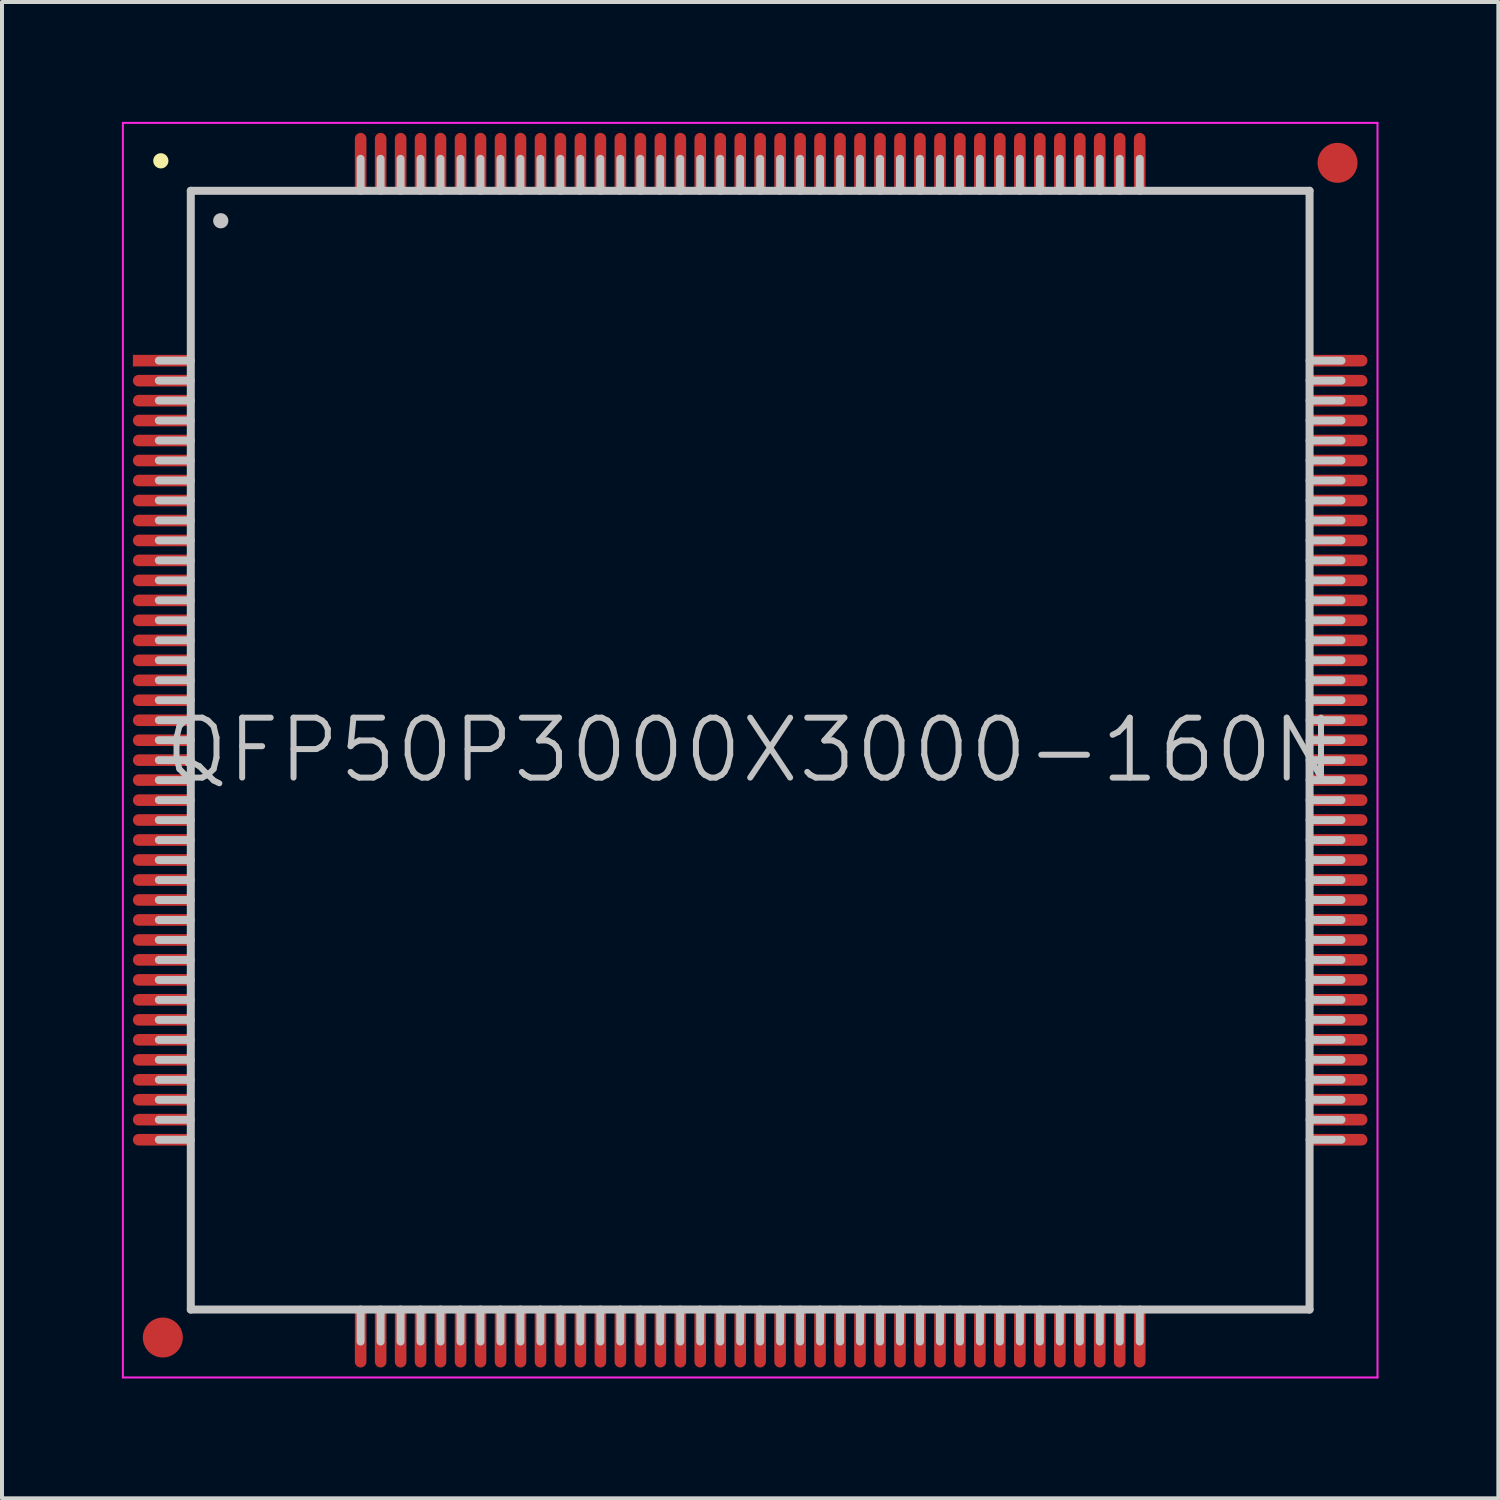
<source format=kicad_pcb>
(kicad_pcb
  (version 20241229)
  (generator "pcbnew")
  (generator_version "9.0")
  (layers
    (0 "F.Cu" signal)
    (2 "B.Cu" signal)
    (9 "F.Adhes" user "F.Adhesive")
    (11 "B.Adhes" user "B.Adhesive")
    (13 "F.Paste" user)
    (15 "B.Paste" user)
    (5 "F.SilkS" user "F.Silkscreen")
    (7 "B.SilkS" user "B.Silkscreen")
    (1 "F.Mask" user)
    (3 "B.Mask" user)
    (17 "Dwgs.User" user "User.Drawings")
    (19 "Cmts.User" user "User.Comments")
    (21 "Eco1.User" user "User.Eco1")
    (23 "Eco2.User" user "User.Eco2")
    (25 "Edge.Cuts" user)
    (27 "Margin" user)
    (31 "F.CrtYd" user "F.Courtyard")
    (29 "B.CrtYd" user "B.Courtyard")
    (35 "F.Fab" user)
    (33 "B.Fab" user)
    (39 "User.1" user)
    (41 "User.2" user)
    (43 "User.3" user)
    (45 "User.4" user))
  (footprint "QFP50P3000X3000-160N"
    (layer "F.Cu")
    (at 15.725 15.725)
    (property "Reference" "QFP50P3000X3000-160N" (at 0 0 0) (layer "Dwgs.User") (effects (font (size 1.5 1.5) (thickness 0.15))))
    (attr smd)
    (fp_line (start -14.75 -14.75) (end -14.75 -14.75) (stroke (width 0.381) (type solid)) (layer "F.SilkS"))
    (fp_line (start -14 -14) (end -14 14) (stroke (width 0.2) (type solid)) (layer "Dwgs.User"))
    (fp_line (start -14 -14) (end 14 -14) (stroke (width 0.2) (type solid)) (layer "Dwgs.User"))
    (fp_line (start -14 -9.75) (end -14.8 -9.75) (stroke (width 0.2) (type solid)) (layer "Dwgs.User"))
    (fp_line (start -14 -9.25) (end -14.8 -9.25) (stroke (width 0.2) (type solid)) (layer "Dwgs.User"))
    (fp_line (start -14 -8.75) (end -14.8 -8.75) (stroke (width 0.2) (type solid)) (layer "Dwgs.User"))
    (fp_line (start -14 -8.25) (end -14.8 -8.25) (stroke (width 0.2) (type solid)) (layer "Dwgs.User"))
    (fp_line (start -14 -7.75) (end -14.8 -7.75) (stroke (width 0.2) (type solid)) (layer "Dwgs.User"))
    (fp_line (start -14 -7.25) (end -14.8 -7.25) (stroke (width 0.2) (type solid)) (layer "Dwgs.User"))
    (fp_line (start -14 -6.75) (end -14.8 -6.75) (stroke (width 0.2) (type solid)) (layer "Dwgs.User"))
    (fp_line (start -14 -6.25) (end -14.8 -6.25) (stroke (width 0.2) (type solid)) (layer "Dwgs.User"))
    (fp_line (start -14 -5.75) (end -14.8 -5.75) (stroke (width 0.2) (type solid)) (layer "Dwgs.User"))
    (fp_line (start -14 -5.25) (end -14.8 -5.25) (stroke (width 0.2) (type solid)) (layer "Dwgs.User"))
    (fp_line (start -14 -4.75) (end -14.8 -4.75) (stroke (width 0.2) (type solid)) (layer "Dwgs.User"))
    (fp_line (start -14 -4.25) (end -14.8 -4.25) (stroke (width 0.2) (type solid)) (layer "Dwgs.User"))
    (fp_line (start -14 -3.75) (end -14.8 -3.75) (stroke (width 0.2) (type solid)) (layer "Dwgs.User"))
    (fp_line (start -14 -3.25) (end -14.8 -3.25) (stroke (width 0.2) (type solid)) (layer "Dwgs.User"))
    (fp_line (start -14 -2.75) (end -14.8 -2.75) (stroke (width 0.2) (type solid)) (layer "Dwgs.User"))
    (fp_line (start -14 -2.25) (end -14.8 -2.25) (stroke (width 0.2) (type solid)) (layer "Dwgs.User"))
    (fp_line (start -14 -1.75) (end -14.8 -1.75) (stroke (width 0.2) (type solid)) (layer "Dwgs.User"))
    (fp_line (start -14 -1.25) (end -14.8 -1.25) (stroke (width 0.2) (type solid)) (layer "Dwgs.User"))
    (fp_line (start -14 -0.75) (end -14.8 -0.75) (stroke (width 0.2) (type solid)) (layer "Dwgs.User"))
    (fp_line (start -14 -0.25) (end -14.8 -0.25) (stroke (width 0.2) (type solid)) (layer "Dwgs.User"))
    (fp_line (start -14 0.25) (end -14.8 0.25) (stroke (width 0.2) (type solid)) (layer "Dwgs.User"))
    (fp_line (start -14 0.75) (end -14.8 0.75) (stroke (width 0.2) (type solid)) (layer "Dwgs.User"))
    (fp_line (start -14 1.25) (end -14.8 1.25) (stroke (width 0.2) (type solid)) (layer "Dwgs.User"))
    (fp_line (start -14 1.75) (end -14.8 1.75) (stroke (width 0.2) (type solid)) (layer "Dwgs.User"))
    (fp_line (start -14 2.25) (end -14.8 2.25) (stroke (width 0.2) (type solid)) (layer "Dwgs.User"))
    (fp_line (start -14 2.75) (end -14.8 2.75) (stroke (width 0.2) (type solid)) (layer "Dwgs.User"))
    (fp_line (start -14 3.25) (end -14.8 3.25) (stroke (width 0.2) (type solid)) (layer "Dwgs.User"))
    (fp_line (start -14 3.75) (end -14.8 3.75) (stroke (width 0.2) (type solid)) (layer "Dwgs.User"))
    (fp_line (start -14 4.25) (end -14.8 4.25) (stroke (width 0.2) (type solid)) (layer "Dwgs.User"))
    (fp_line (start -14 4.75) (end -14.8 4.75) (stroke (width 0.2) (type solid)) (layer "Dwgs.User"))
    (fp_line (start -14 5.25) (end -14.8 5.25) (stroke (width 0.2) (type solid)) (layer "Dwgs.User"))
    (fp_line (start -14 5.75) (end -14.8 5.75) (stroke (width 0.2) (type solid)) (layer "Dwgs.User"))
    (fp_line (start -14 6.25) (end -14.8 6.25) (stroke (width 0.2) (type solid)) (layer "Dwgs.User"))
    (fp_line (start -14 6.75) (end -14.8 6.75) (stroke (width 0.2) (type solid)) (layer "Dwgs.User"))
    (fp_line (start -14 7.25) (end -14.8 7.25) (stroke (width 0.2) (type solid)) (layer "Dwgs.User"))
    (fp_line (start -14 7.75) (end -14.8 7.75) (stroke (width 0.2) (type solid)) (layer "Dwgs.User"))
    (fp_line (start -14 8.25) (end -14.8 8.25) (stroke (width 0.2) (type solid)) (layer "Dwgs.User"))
    (fp_line (start -14 8.75) (end -14.8 8.75) (stroke (width 0.2) (type solid)) (layer "Dwgs.User"))
    (fp_line (start -14 9.25) (end -14.8 9.25) (stroke (width 0.2) (type solid)) (layer "Dwgs.User"))
    (fp_line (start -14 9.75) (end -14.8 9.75) (stroke (width 0.2) (type solid)) (layer "Dwgs.User"))
    (fp_line (start -14 14) (end 14 14) (stroke (width 0.2) (type solid)) (layer "Dwgs.User"))
    (fp_line (start -13.25 -13.25) (end -13.25 -13.25) (stroke (width 0.381) (type solid)) (layer "Dwgs.User"))
    (fp_line (start -9.75 -14) (end -9.75 -14.8) (stroke (width 0.2) (type solid)) (layer "Dwgs.User"))
    (fp_line (start -9.75 14.8) (end -9.75 14) (stroke (width 0.2) (type solid)) (layer "Dwgs.User"))
    (fp_line (start -9.25 -14) (end -9.25 -14.8) (stroke (width 0.2) (type solid)) (layer "Dwgs.User"))
    (fp_line (start -9.25 14.8) (end -9.25 14) (stroke (width 0.2) (type solid)) (layer "Dwgs.User"))
    (fp_line (start -8.75 -14) (end -8.75 -14.8) (stroke (width 0.2) (type solid)) (layer "Dwgs.User"))
    (fp_line (start -8.75 14.8) (end -8.75 14) (stroke (width 0.2) (type solid)) (layer "Dwgs.User"))
    (fp_line (start -8.25 -14) (end -8.25 -14.8) (stroke (width 0.2) (type solid)) (layer "Dwgs.User"))
    (fp_line (start -8.25 14.8) (end -8.25 14) (stroke (width 0.2) (type solid)) (layer "Dwgs.User"))
    (fp_line (start -7.75 -14) (end -7.75 -14.8) (stroke (width 0.2) (type solid)) (layer "Dwgs.User"))
    (fp_line (start -7.75 14.8) (end -7.75 14) (stroke (width 0.2) (type solid)) (layer "Dwgs.User"))
    (fp_line (start -7.25 -14) (end -7.25 -14.8) (stroke (width 0.2) (type solid)) (layer "Dwgs.User"))
    (fp_line (start -7.25 14.8) (end -7.25 14) (stroke (width 0.2) (type solid)) (layer "Dwgs.User"))
    (fp_line (start -6.75 -14) (end -6.75 -14.8) (stroke (width 0.2) (type solid)) (layer "Dwgs.User"))
    (fp_line (start -6.75 14.8) (end -6.75 14) (stroke (width 0.2) (type solid)) (layer "Dwgs.User"))
    (fp_line (start -6.25 -14) (end -6.25 -14.8) (stroke (width 0.2) (type solid)) (layer "Dwgs.User"))
    (fp_line (start -6.25 14.8) (end -6.25 14) (stroke (width 0.2) (type solid)) (layer "Dwgs.User"))
    (fp_line (start -5.75 -14) (end -5.75 -14.8) (stroke (width 0.2) (type solid)) (layer "Dwgs.User"))
    (fp_line (start -5.75 14.8) (end -5.75 14) (stroke (width 0.2) (type solid)) (layer "Dwgs.User"))
    (fp_line (start -5.25 -14) (end -5.25 -14.8) (stroke (width 0.2) (type solid)) (layer "Dwgs.User"))
    (fp_line (start -5.25 14.8) (end -5.25 14) (stroke (width 0.2) (type solid)) (layer "Dwgs.User"))
    (fp_line (start -4.75 -14) (end -4.75 -14.8) (stroke (width 0.2) (type solid)) (layer "Dwgs.User"))
    (fp_line (start -4.75 14.8) (end -4.75 14) (stroke (width 0.2) (type solid)) (layer "Dwgs.User"))
    (fp_line (start -4.25 -14) (end -4.25 -14.8) (stroke (width 0.2) (type solid)) (layer "Dwgs.User"))
    (fp_line (start -4.25 14.8) (end -4.25 14) (stroke (width 0.2) (type solid)) (layer "Dwgs.User"))
    (fp_line (start -3.75 -14) (end -3.75 -14.8) (stroke (width 0.2) (type solid)) (layer "Dwgs.User"))
    (fp_line (start -3.75 14.8) (end -3.75 14) (stroke (width 0.2) (type solid)) (layer "Dwgs.User"))
    (fp_line (start -3.25 -14) (end -3.25 -14.8) (stroke (width 0.2) (type solid)) (layer "Dwgs.User"))
    (fp_line (start -3.25 14.8) (end -3.25 14) (stroke (width 0.2) (type solid)) (layer "Dwgs.User"))
    (fp_line (start -2.75 -14) (end -2.75 -14.8) (stroke (width 0.2) (type solid)) (layer "Dwgs.User"))
    (fp_line (start -2.75 14.8) (end -2.75 14) (stroke (width 0.2) (type solid)) (layer "Dwgs.User"))
    (fp_line (start -2.25 -14) (end -2.25 -14.8) (stroke (width 0.2) (type solid)) (layer "Dwgs.User"))
    (fp_line (start -2.25 14.8) (end -2.25 14) (stroke (width 0.2) (type solid)) (layer "Dwgs.User"))
    (fp_line (start -1.75 -14) (end -1.75 -14.8) (stroke (width 0.2) (type solid)) (layer "Dwgs.User"))
    (fp_line (start -1.75 14.8) (end -1.75 14) (stroke (width 0.2) (type solid)) (layer "Dwgs.User"))
    (fp_line (start -1.25 -14) (end -1.25 -14.8) (stroke (width 0.2) (type solid)) (layer "Dwgs.User"))
    (fp_line (start -1.25 14.8) (end -1.25 14) (stroke (width 0.2) (type solid)) (layer "Dwgs.User"))
    (fp_line (start -0.75 -14) (end -0.75 -14.8) (stroke (width 0.2) (type solid)) (layer "Dwgs.User"))
    (fp_line (start -0.75 14.8) (end -0.75 14) (stroke (width 0.2) (type solid)) (layer "Dwgs.User"))
    (fp_line (start -0.25 -14) (end -0.25 -14.8) (stroke (width 0.2) (type solid)) (layer "Dwgs.User"))
    (fp_line (start -0.25 14.8) (end -0.25 14) (stroke (width 0.2) (type solid)) (layer "Dwgs.User"))
    (fp_line (start 0.25 -14) (end 0.25 -14.8) (stroke (width 0.2) (type solid)) (layer "Dwgs.User"))
    (fp_line (start 0.25 14.8) (end 0.25 14) (stroke (width 0.2) (type solid)) (layer "Dwgs.User"))
    (fp_line (start 0.75 -14) (end 0.75 -14.8) (stroke (width 0.2) (type solid)) (layer "Dwgs.User"))
    (fp_line (start 0.75 14.8) (end 0.75 14) (stroke (width 0.2) (type solid)) (layer "Dwgs.User"))
    (fp_line (start 1.25 -14) (end 1.25 -14.8) (stroke (width 0.2) (type solid)) (layer "Dwgs.User"))
    (fp_line (start 1.25 14.8) (end 1.25 14) (stroke (width 0.2) (type solid)) (layer "Dwgs.User"))
    (fp_line (start 1.75 -14) (end 1.75 -14.8) (stroke (width 0.2) (type solid)) (layer "Dwgs.User"))
    (fp_line (start 1.75 14.8) (end 1.75 14) (stroke (width 0.2) (type solid)) (layer "Dwgs.User"))
    (fp_line (start 2.25 -14) (end 2.25 -14.8) (stroke (width 0.2) (type solid)) (layer "Dwgs.User"))
    (fp_line (start 2.25 14.8) (end 2.25 14) (stroke (width 0.2) (type solid)) (layer "Dwgs.User"))
    (fp_line (start 2.75 -14) (end 2.75 -14.8) (stroke (width 0.2) (type solid)) (layer "Dwgs.User"))
    (fp_line (start 2.75 14.8) (end 2.75 14) (stroke (width 0.2) (type solid)) (layer "Dwgs.User"))
    (fp_line (start 3.25 -14) (end 3.25 -14.8) (stroke (width 0.2) (type solid)) (layer "Dwgs.User"))
    (fp_line (start 3.25 14.8) (end 3.25 14) (stroke (width 0.2) (type solid)) (layer "Dwgs.User"))
    (fp_line (start 3.75 -14) (end 3.75 -14.8) (stroke (width 0.2) (type solid)) (layer "Dwgs.User"))
    (fp_line (start 3.75 14.8) (end 3.75 14) (stroke (width 0.2) (type solid)) (layer "Dwgs.User"))
    (fp_line (start 4.25 -14) (end 4.25 -14.8) (stroke (width 0.2) (type solid)) (layer "Dwgs.User"))
    (fp_line (start 4.25 14.8) (end 4.25 14) (stroke (width 0.2) (type solid)) (layer "Dwgs.User"))
    (fp_line (start 4.75 -14) (end 4.75 -14.8) (stroke (width 0.2) (type solid)) (layer "Dwgs.User"))
    (fp_line (start 4.75 14.8) (end 4.75 14) (stroke (width 0.2) (type solid)) (layer "Dwgs.User"))
    (fp_line (start 5.25 -14) (end 5.25 -14.8) (stroke (width 0.2) (type solid)) (layer "Dwgs.User"))
    (fp_line (start 5.25 14.8) (end 5.25 14) (stroke (width 0.2) (type solid)) (layer "Dwgs.User"))
    (fp_line (start 5.75 -14) (end 5.75 -14.8) (stroke (width 0.2) (type solid)) (layer "Dwgs.User"))
    (fp_line (start 5.75 14.8) (end 5.75 14) (stroke (width 0.2) (type solid)) (layer "Dwgs.User"))
    (fp_line (start 6.25 -14) (end 6.25 -14.8) (stroke (width 0.2) (type solid)) (layer "Dwgs.User"))
    (fp_line (start 6.25 14.8) (end 6.25 14) (stroke (width 0.2) (type solid)) (layer "Dwgs.User"))
    (fp_line (start 6.75 -14) (end 6.75 -14.8) (stroke (width 0.2) (type solid)) (layer "Dwgs.User"))
    (fp_line (start 6.75 14.8) (end 6.75 14) (stroke (width 0.2) (type solid)) (layer "Dwgs.User"))
    (fp_line (start 7.25 -14) (end 7.25 -14.8) (stroke (width 0.2) (type solid)) (layer "Dwgs.User"))
    (fp_line (start 7.25 14.8) (end 7.25 14) (stroke (width 0.2) (type solid)) (layer "Dwgs.User"))
    (fp_line (start 7.75 -14) (end 7.75 -14.8) (stroke (width 0.2) (type solid)) (layer "Dwgs.User"))
    (fp_line (start 7.75 14.8) (end 7.75 14) (stroke (width 0.2) (type solid)) (layer "Dwgs.User"))
    (fp_line (start 8.25 -14) (end 8.25 -14.8) (stroke (width 0.2) (type solid)) (layer "Dwgs.User"))
    (fp_line (start 8.25 14.8) (end 8.25 14) (stroke (width 0.2) (type solid)) (layer "Dwgs.User"))
    (fp_line (start 8.75 -14) (end 8.75 -14.8) (stroke (width 0.2) (type solid)) (layer "Dwgs.User"))
    (fp_line (start 8.75 14.8) (end 8.75 14) (stroke (width 0.2) (type solid)) (layer "Dwgs.User"))
    (fp_line (start 9.25 -14) (end 9.25 -14.8) (stroke (width 0.2) (type solid)) (layer "Dwgs.User"))
    (fp_line (start 9.25 14.8) (end 9.25 14) (stroke (width 0.2) (type solid)) (layer "Dwgs.User"))
    (fp_line (start 9.75 -14) (end 9.75 -14.8) (stroke (width 0.2) (type solid)) (layer "Dwgs.User"))
    (fp_line (start 9.75 14.8) (end 9.75 14) (stroke (width 0.2) (type solid)) (layer "Dwgs.User"))
    (fp_line (start 14 -14) (end 14 14) (stroke (width 0.2) (type solid)) (layer "Dwgs.User"))
    (fp_line (start 14.8 -9.75) (end 14 -9.75) (stroke (width 0.2) (type solid)) (layer "Dwgs.User"))
    (fp_line (start 14.8 -9.25) (end 14 -9.25) (stroke (width 0.2) (type solid)) (layer "Dwgs.User"))
    (fp_line (start 14.8 -8.75) (end 14 -8.75) (stroke (width 0.2) (type solid)) (layer "Dwgs.User"))
    (fp_line (start 14.8 -8.25) (end 14 -8.25) (stroke (width 0.2) (type solid)) (layer "Dwgs.User"))
    (fp_line (start 14.8 -7.75) (end 14 -7.75) (stroke (width 0.2) (type solid)) (layer "Dwgs.User"))
    (fp_line (start 14.8 -7.25) (end 14 -7.25) (stroke (width 0.2) (type solid)) (layer "Dwgs.User"))
    (fp_line (start 14.8 -6.75) (end 14 -6.75) (stroke (width 0.2) (type solid)) (layer "Dwgs.User"))
    (fp_line (start 14.8 -6.25) (end 14 -6.25) (stroke (width 0.2) (type solid)) (layer "Dwgs.User"))
    (fp_line (start 14.8 -5.75) (end 14 -5.75) (stroke (width 0.2) (type solid)) (layer "Dwgs.User"))
    (fp_line (start 14.8 -5.25) (end 14 -5.25) (stroke (width 0.2) (type solid)) (layer "Dwgs.User"))
    (fp_line (start 14.8 -4.75) (end 14 -4.75) (stroke (width 0.2) (type solid)) (layer "Dwgs.User"))
    (fp_line (start 14.8 -4.25) (end 14 -4.25) (stroke (width 0.2) (type solid)) (layer "Dwgs.User"))
    (fp_line (start 14.8 -3.75) (end 14 -3.75) (stroke (width 0.2) (type solid)) (layer "Dwgs.User"))
    (fp_line (start 14.8 -3.25) (end 14 -3.25) (stroke (width 0.2) (type solid)) (layer "Dwgs.User"))
    (fp_line (start 14.8 -2.75) (end 14 -2.75) (stroke (width 0.2) (type solid)) (layer "Dwgs.User"))
    (fp_line (start 14.8 -2.25) (end 14 -2.25) (stroke (width 0.2) (type solid)) (layer "Dwgs.User"))
    (fp_line (start 14.8 -1.75) (end 14 -1.75) (stroke (width 0.2) (type solid)) (layer "Dwgs.User"))
    (fp_line (start 14.8 -1.25) (end 14 -1.25) (stroke (width 0.2) (type solid)) (layer "Dwgs.User"))
    (fp_line (start 14.8 -0.75) (end 14 -0.75) (stroke (width 0.2) (type solid)) (layer "Dwgs.User"))
    (fp_line (start 14.8 -0.25) (end 14 -0.25) (stroke (width 0.2) (type solid)) (layer "Dwgs.User"))
    (fp_line (start 14.8 0.25) (end 14 0.25) (stroke (width 0.2) (type solid)) (layer "Dwgs.User"))
    (fp_line (start 14.8 0.75) (end 14 0.75) (stroke (width 0.2) (type solid)) (layer "Dwgs.User"))
    (fp_line (start 14.8 1.25) (end 14 1.25) (stroke (width 0.2) (type solid)) (layer "Dwgs.User"))
    (fp_line (start 14.8 1.75) (end 14 1.75) (stroke (width 0.2) (type solid)) (layer "Dwgs.User"))
    (fp_line (start 14.8 2.25) (end 14 2.25) (stroke (width 0.2) (type solid)) (layer "Dwgs.User"))
    (fp_line (start 14.8 2.75) (end 14 2.75) (stroke (width 0.2) (type solid)) (layer "Dwgs.User"))
    (fp_line (start 14.8 3.25) (end 14 3.25) (stroke (width 0.2) (type solid)) (layer "Dwgs.User"))
    (fp_line (start 14.8 3.75) (end 14 3.75) (stroke (width 0.2) (type solid)) (layer "Dwgs.User"))
    (fp_line (start 14.8 4.25) (end 14 4.25) (stroke (width 0.2) (type solid)) (layer "Dwgs.User"))
    (fp_line (start 14.8 4.75) (end 14 4.75) (stroke (width 0.2) (type solid)) (layer "Dwgs.User"))
    (fp_line (start 14.8 5.25) (end 14 5.25) (stroke (width 0.2) (type solid)) (layer "Dwgs.User"))
    (fp_line (start 14.8 5.75) (end 14 5.75) (stroke (width 0.2) (type solid)) (layer "Dwgs.User"))
    (fp_line (start 14.8 6.25) (end 14 6.25) (stroke (width 0.2) (type solid)) (layer "Dwgs.User"))
    (fp_line (start 14.8 6.75) (end 14 6.75) (stroke (width 0.2) (type solid)) (layer "Dwgs.User"))
    (fp_line (start 14.8 7.25) (end 14 7.25) (stroke (width 0.2) (type solid)) (layer "Dwgs.User"))
    (fp_line (start 14.8 7.75) (end 14 7.75) (stroke (width 0.2) (type solid)) (layer "Dwgs.User"))
    (fp_line (start 14.8 8.25) (end 14 8.25) (stroke (width 0.2) (type solid)) (layer "Dwgs.User"))
    (fp_line (start 14.8 8.75) (end 14 8.75) (stroke (width 0.2) (type solid)) (layer "Dwgs.User"))
    (fp_line (start 14.8 9.25) (end 14 9.25) (stroke (width 0.2) (type solid)) (layer "Dwgs.User"))
    (fp_line (start 14.8 9.75) (end 14 9.75) (stroke (width 0.2) (type solid)) (layer "Dwgs.User"))
    (fp_line (start -15.7 -15.7) (end -15.7 15.7) (stroke (width 0.05) (type solid)) (layer "F.CrtYd"))
    (fp_line (start -15.7 -15.7) (end 15.7 -15.7) (stroke (width 0.05) (type solid)) (layer "F.CrtYd"))
    (fp_line (start -15.7 15.7) (end 15.7 15.7) (stroke (width 0.05) (type solid)) (layer "F.CrtYd"))
    (fp_line (start 15.7 -15.7) (end 15.7 15.7) (stroke (width 0.05) (type solid)) (layer "F.CrtYd"))
    (pad "" smd circle (at -14.7 14.7) (size 1 1) (layers "F.Cu" "F.Mask"))
    (pad "" smd circle (at 14.7 -14.7) (size 1 1) (layers "F.Cu" "F.Mask"))
    (pad "1" smd rect (at -14.699 -9.749 90) (size 0.29 1.5) (layers "F.Cu" "F.Mask" "F.Paste"))
    (pad "2" smd oval (at -14.699 -9.248 90) (size 0.29 1.5) (layers "F.Cu" "F.Mask" "F.Paste"))
    (pad "3" smd oval (at -14.699 -8.748 90) (size 0.29 1.5) (layers "F.Cu" "F.Mask" "F.Paste"))
    (pad "4" smd oval (at -14.699 -8.25 90) (size 0.29 1.5) (layers "F.Cu" "F.Mask" "F.Paste"))
    (pad "5" smd oval (at -14.699 -7.75 90) (size 0.29 1.5) (layers "F.Cu" "F.Mask" "F.Paste"))
    (pad "6" smd oval (at -14.699 -7.249 90) (size 0.29 1.5) (layers "F.Cu" "F.Mask" "F.Paste"))
    (pad "7" smd oval (at -14.699 -6.749 90) (size 0.29 1.5) (layers "F.Cu" "F.Mask" "F.Paste"))
    (pad "8" smd oval (at -14.699 -6.248 90) (size 0.29 1.5) (layers "F.Cu" "F.Mask" "F.Paste"))
    (pad "9" smd oval (at -14.699 -5.748 90) (size 0.29 1.5) (layers "F.Cu" "F.Mask" "F.Paste"))
    (pad "10" smd oval (at -14.699 -5.248 90) (size 0.29 1.5) (layers "F.Cu" "F.Mask" "F.Paste"))
    (pad "11" smd oval (at -14.699 -4.75 90) (size 0.29 1.5) (layers "F.Cu" "F.Mask" "F.Paste"))
    (pad "12" smd oval (at -14.699 -4.249 90) (size 0.29 1.5) (layers "F.Cu" "F.Mask" "F.Paste"))
    (pad "13" smd oval (at -14.699 -3.749 90) (size 0.29 1.5) (layers "F.Cu" "F.Mask" "F.Paste"))
    (pad "14" smd oval (at -14.699 -3.249 90) (size 0.29 1.5) (layers "F.Cu" "F.Mask" "F.Paste"))
    (pad "15" smd oval (at -14.699 -2.748 90) (size 0.29 1.5) (layers "F.Cu" "F.Mask" "F.Paste"))
    (pad "16" smd oval (at -14.699 -2.248 90) (size 0.29 1.5) (layers "F.Cu" "F.Mask" "F.Paste"))
    (pad "17" smd oval (at -14.699 -1.748 90) (size 0.29 1.5) (layers "F.Cu" "F.Mask" "F.Paste"))
    (pad "18" smd oval (at -14.699 -1.25 90) (size 0.29 1.5) (layers "F.Cu" "F.Mask" "F.Paste"))
    (pad "19" smd oval (at -14.699 -0.749 90) (size 0.29 1.5) (layers "F.Cu" "F.Mask" "F.Paste"))
    (pad "20" smd oval (at -14.699 -0.249 90) (size 0.29 1.5) (layers "F.Cu" "F.Mask" "F.Paste"))
    (pad "21" smd oval (at -14.699 0.249 90) (size 0.29 1.5) (layers "F.Cu" "F.Mask" "F.Paste"))
    (pad "22" smd oval (at -14.699 0.749 90) (size 0.29 1.5) (layers "F.Cu" "F.Mask" "F.Paste"))
    (pad "23" smd oval (at -14.699 1.25 90) (size 0.29 1.5) (layers "F.Cu" "F.Mask" "F.Paste"))
    (pad "24" smd oval (at -14.699 1.748 90) (size 0.29 1.5) (layers "F.Cu" "F.Mask" "F.Paste"))
    (pad "25" smd oval (at -14.699 2.248 90) (size 0.29 1.5) (layers "F.Cu" "F.Mask" "F.Paste"))
    (pad "26" smd oval (at -14.699 2.748 90) (size 0.29 1.5) (layers "F.Cu" "F.Mask" "F.Paste"))
    (pad "27" smd oval (at -14.699 3.249 90) (size 0.29 1.5) (layers "F.Cu" "F.Mask" "F.Paste"))
    (pad "28" smd oval (at -14.699 3.749 90) (size 0.29 1.5) (layers "F.Cu" "F.Mask" "F.Paste"))
    (pad "29" smd oval (at -14.699 4.249 90) (size 0.29 1.5) (layers "F.Cu" "F.Mask" "F.Paste"))
    (pad "30" smd oval (at -14.699 4.75 90) (size 0.29 1.5) (layers "F.Cu" "F.Mask" "F.Paste"))
    (pad "31" smd oval (at -14.699 5.248 90) (size 0.29 1.5) (layers "F.Cu" "F.Mask" "F.Paste"))
    (pad "32" smd oval (at -14.699 5.748 90) (size 0.29 1.5) (layers "F.Cu" "F.Mask" "F.Paste"))
    (pad "33" smd oval (at -14.699 6.248 90) (size 0.29 1.5) (layers "F.Cu" "F.Mask" "F.Paste"))
    (pad "34" smd oval (at -14.699 6.749 90) (size 0.29 1.5) (layers "F.Cu" "F.Mask" "F.Paste"))
    (pad "35" smd oval (at -14.699 7.249 90) (size 0.29 1.5) (layers "F.Cu" "F.Mask" "F.Paste"))
    (pad "36" smd oval (at -14.699 7.75 90) (size 0.29 1.5) (layers "F.Cu" "F.Mask" "F.Paste"))
    (pad "37" smd oval (at -14.699 8.25 90) (size 0.29 1.5) (layers "F.Cu" "F.Mask" "F.Paste"))
    (pad "38" smd oval (at -14.699 8.748 90) (size 0.29 1.5) (layers "F.Cu" "F.Mask" "F.Paste"))
    (pad "39" smd oval (at -14.699 9.248 90) (size 0.29 1.5) (layers "F.Cu" "F.Mask" "F.Paste"))
    (pad "40" smd oval (at -14.699 9.749 90) (size 0.29 1.5) (layers "F.Cu" "F.Mask" "F.Paste"))
    (pad "41" smd oval (at -9.749 14.699 180) (size 0.29 1.5) (layers "F.Cu" "F.Mask" "F.Paste"))
    (pad "42" smd oval (at -9.248 14.699 180) (size 0.29 1.5) (layers "F.Cu" "F.Mask" "F.Paste"))
    (pad "43" smd oval (at -8.748 14.699 180) (size 0.29 1.5) (layers "F.Cu" "F.Mask" "F.Paste"))
    (pad "44" smd oval (at -8.25 14.699 180) (size 0.29 1.5) (layers "F.Cu" "F.Mask" "F.Paste"))
    (pad "45" smd oval (at -7.75 14.699 180) (size 0.29 1.5) (layers "F.Cu" "F.Mask" "F.Paste"))
    (pad "46" smd oval (at -7.249 14.699 180) (size 0.29 1.5) (layers "F.Cu" "F.Mask" "F.Paste"))
    (pad "47" smd oval (at -6.749 14.699 180) (size 0.29 1.5) (layers "F.Cu" "F.Mask" "F.Paste"))
    (pad "48" smd oval (at -6.248 14.699 180) (size 0.29 1.5) (layers "F.Cu" "F.Mask" "F.Paste"))
    (pad "49" smd oval (at -5.748 14.699 180) (size 0.29 1.5) (layers "F.Cu" "F.Mask" "F.Paste"))
    (pad "50" smd oval (at -5.248 14.699 180) (size 0.29 1.5) (layers "F.Cu" "F.Mask" "F.Paste"))
    (pad "51" smd oval (at -4.75 14.699 180) (size 0.29 1.5) (layers "F.Cu" "F.Mask" "F.Paste"))
    (pad "52" smd oval (at -4.249 14.699 180) (size 0.29 1.5) (layers "F.Cu" "F.Mask" "F.Paste"))
    (pad "53" smd oval (at -3.749 14.699 180) (size 0.29 1.5) (layers "F.Cu" "F.Mask" "F.Paste"))
    (pad "54" smd oval (at -3.249 14.699 180) (size 0.29 1.5) (layers "F.Cu" "F.Mask" "F.Paste"))
    (pad "55" smd oval (at -2.748 14.699 180) (size 0.29 1.5) (layers "F.Cu" "F.Mask" "F.Paste"))
    (pad "56" smd oval (at -2.248 14.699 180) (size 0.29 1.5) (layers "F.Cu" "F.Mask" "F.Paste"))
    (pad "57" smd oval (at -1.748 14.699 180) (size 0.29 1.5) (layers "F.Cu" "F.Mask" "F.Paste"))
    (pad "58" smd oval (at -1.25 14.699 180) (size 0.29 1.5) (layers "F.Cu" "F.Mask" "F.Paste"))
    (pad "59" smd oval (at -0.749 14.699 180) (size 0.29 1.5) (layers "F.Cu" "F.Mask" "F.Paste"))
    (pad "60" smd oval (at -0.249 14.699 180) (size 0.29 1.5) (layers "F.Cu" "F.Mask" "F.Paste"))
    (pad "61" smd oval (at 0.249 14.699 180) (size 0.29 1.5) (layers "F.Cu" "F.Mask" "F.Paste"))
    (pad "62" smd oval (at 0.749 14.699 180) (size 0.29 1.5) (layers "F.Cu" "F.Mask" "F.Paste"))
    (pad "63" smd oval (at 1.25 14.699 180) (size 0.29 1.5) (layers "F.Cu" "F.Mask" "F.Paste"))
    (pad "64" smd oval (at 1.748 14.699 180) (size 0.29 1.5) (layers "F.Cu" "F.Mask" "F.Paste"))
    (pad "65" smd oval (at 2.248 14.699 180) (size 0.29 1.5) (layers "F.Cu" "F.Mask" "F.Paste"))
    (pad "66" smd oval (at 2.748 14.699 180) (size 0.29 1.5) (layers "F.Cu" "F.Mask" "F.Paste"))
    (pad "67" smd oval (at 3.249 14.699 180) (size 0.29 1.5) (layers "F.Cu" "F.Mask" "F.Paste"))
    (pad "68" smd oval (at 3.749 14.699 180) (size 0.29 1.5) (layers "F.Cu" "F.Mask" "F.Paste"))
    (pad "69" smd oval (at 4.249 14.699 180) (size 0.29 1.5) (layers "F.Cu" "F.Mask" "F.Paste"))
    (pad "70" smd oval (at 4.75 14.699 180) (size 0.29 1.5) (layers "F.Cu" "F.Mask" "F.Paste"))
    (pad "71" smd oval (at 5.248 14.699 180) (size 0.29 1.5) (layers "F.Cu" "F.Mask" "F.Paste"))
    (pad "72" smd oval (at 5.748 14.699 180) (size 0.29 1.5) (layers "F.Cu" "F.Mask" "F.Paste"))
    (pad "73" smd oval (at 6.248 14.699 180) (size 0.29 1.5) (layers "F.Cu" "F.Mask" "F.Paste"))
    (pad "74" smd oval (at 6.749 14.699 180) (size 0.29 1.5) (layers "F.Cu" "F.Mask" "F.Paste"))
    (pad "75" smd oval (at 7.249 14.699 180) (size 0.29 1.5) (layers "F.Cu" "F.Mask" "F.Paste"))
    (pad "76" smd oval (at 7.75 14.699 180) (size 0.29 1.5) (layers "F.Cu" "F.Mask" "F.Paste"))
    (pad "77" smd oval (at 8.25 14.699 180) (size 0.29 1.5) (layers "F.Cu" "F.Mask" "F.Paste"))
    (pad "78" smd oval (at 8.748 14.699 180) (size 0.29 1.5) (layers "F.Cu" "F.Mask" "F.Paste"))
    (pad "79" smd oval (at 9.248 14.699 180) (size 0.29 1.5) (layers "F.Cu" "F.Mask" "F.Paste"))
    (pad "80" smd oval (at 9.749 14.699 180) (size 0.29 1.5) (layers "F.Cu" "F.Mask" "F.Paste"))
    (pad "81" smd oval (at 14.699 9.749 270) (size 0.29 1.5) (layers "F.Cu" "F.Mask" "F.Paste"))
    (pad "82" smd oval (at 14.699 9.248 270) (size 0.29 1.5) (layers "F.Cu" "F.Mask" "F.Paste"))
    (pad "83" smd oval (at 14.699 8.748 270) (size 0.29 1.5) (layers "F.Cu" "F.Mask" "F.Paste"))
    (pad "84" smd oval (at 14.699 8.25 270) (size 0.29 1.5) (layers "F.Cu" "F.Mask" "F.Paste"))
    (pad "85" smd oval (at 14.699 7.75 270) (size 0.29 1.5) (layers "F.Cu" "F.Mask" "F.Paste"))
    (pad "86" smd oval (at 14.699 7.249 270) (size 0.29 1.5) (layers "F.Cu" "F.Mask" "F.Paste"))
    (pad "87" smd oval (at 14.699 6.749 270) (size 0.29 1.5) (layers "F.Cu" "F.Mask" "F.Paste"))
    (pad "88" smd oval (at 14.699 6.248 270) (size 0.29 1.5) (layers "F.Cu" "F.Mask" "F.Paste"))
    (pad "89" smd oval (at 14.699 5.748 270) (size 0.29 1.5) (layers "F.Cu" "F.Mask" "F.Paste"))
    (pad "90" smd oval (at 14.699 5.248 270) (size 0.29 1.5) (layers "F.Cu" "F.Mask" "F.Paste"))
    (pad "91" smd oval (at 14.699 4.75 270) (size 0.29 1.5) (layers "F.Cu" "F.Mask" "F.Paste"))
    (pad "92" smd oval (at 14.699 4.249 270) (size 0.29 1.5) (layers "F.Cu" "F.Mask" "F.Paste"))
    (pad "93" smd oval (at 14.699 3.749 270) (size 0.29 1.5) (layers "F.Cu" "F.Mask" "F.Paste"))
    (pad "94" smd oval (at 14.699 3.249 270) (size 0.29 1.5) (layers "F.Cu" "F.Mask" "F.Paste"))
    (pad "95" smd oval (at 14.699 2.748 270) (size 0.29 1.5) (layers "F.Cu" "F.Mask" "F.Paste"))
    (pad "96" smd oval (at 14.699 2.248 270) (size 0.29 1.5) (layers "F.Cu" "F.Mask" "F.Paste"))
    (pad "97" smd oval (at 14.699 1.748 270) (size 0.29 1.5) (layers "F.Cu" "F.Mask" "F.Paste"))
    (pad "98" smd oval (at 14.699 1.25 270) (size 0.29 1.5) (layers "F.Cu" "F.Mask" "F.Paste"))
    (pad "99" smd oval (at 14.699 0.749 270) (size 0.29 1.5) (layers "F.Cu" "F.Mask" "F.Paste"))
    (pad "100" smd oval (at 14.699 0.249 270) (size 0.29 1.5) (layers "F.Cu" "F.Mask" "F.Paste"))
    (pad "101" smd oval (at 14.699 -0.249 270) (size 0.29 1.5) (layers "F.Cu" "F.Mask" "F.Paste"))
    (pad "102" smd oval (at 14.699 -0.749 270) (size 0.29 1.5) (layers "F.Cu" "F.Mask" "F.Paste"))
    (pad "103" smd oval (at 14.699 -1.25 270) (size 0.29 1.5) (layers "F.Cu" "F.Mask" "F.Paste"))
    (pad "104" smd oval (at 14.699 -1.748 270) (size 0.29 1.5) (layers "F.Cu" "F.Mask" "F.Paste"))
    (pad "105" smd oval (at 14.699 -2.248 270) (size 0.29 1.5) (layers "F.Cu" "F.Mask" "F.Paste"))
    (pad "106" smd oval (at 14.699 -2.748 270) (size 0.29 1.5) (layers "F.Cu" "F.Mask" "F.Paste"))
    (pad "107" smd oval (at 14.699 -3.249 270) (size 0.29 1.5) (layers "F.Cu" "F.Mask" "F.Paste"))
    (pad "108" smd oval (at 14.699 -3.749 270) (size 0.29 1.5) (layers "F.Cu" "F.Mask" "F.Paste"))
    (pad "109" smd oval (at 14.699 -4.249 270) (size 0.29 1.5) (layers "F.Cu" "F.Mask" "F.Paste"))
    (pad "110" smd oval (at 14.699 -4.75 270) (size 0.29 1.5) (layers "F.Cu" "F.Mask" "F.Paste"))
    (pad "111" smd oval (at 14.699 -5.248 270) (size 0.29 1.5) (layers "F.Cu" "F.Mask" "F.Paste"))
    (pad "112" smd oval (at 14.699 -5.748 270) (size 0.29 1.5) (layers "F.Cu" "F.Mask" "F.Paste"))
    (pad "113" smd oval (at 14.699 -6.248 270) (size 0.29 1.5) (layers "F.Cu" "F.Mask" "F.Paste"))
    (pad "114" smd oval (at 14.699 -6.749 270) (size 0.29 1.5) (layers "F.Cu" "F.Mask" "F.Paste"))
    (pad "115" smd oval (at 14.699 -7.249 270) (size 0.29 1.5) (layers "F.Cu" "F.Mask" "F.Paste"))
    (pad "116" smd oval (at 14.699 -7.75 270) (size 0.29 1.5) (layers "F.Cu" "F.Mask" "F.Paste"))
    (pad "117" smd oval (at 14.699 -8.25 270) (size 0.29 1.5) (layers "F.Cu" "F.Mask" "F.Paste"))
    (pad "118" smd oval (at 14.699 -8.748 270) (size 0.29 1.5) (layers "F.Cu" "F.Mask" "F.Paste"))
    (pad "119" smd oval (at 14.699 -9.248 270) (size 0.29 1.5) (layers "F.Cu" "F.Mask" "F.Paste"))
    (pad "120" smd oval (at 14.699 -9.749 270) (size 0.29 1.5) (layers "F.Cu" "F.Mask" "F.Paste"))
    (pad "121" smd oval (at 9.749 -14.699) (size 0.29 1.5) (layers "F.Cu" "F.Mask" "F.Paste"))
    (pad "122" smd oval (at 9.248 -14.699) (size 0.29 1.5) (layers "F.Cu" "F.Mask" "F.Paste"))
    (pad "123" smd oval (at 8.748 -14.699) (size 0.29 1.5) (layers "F.Cu" "F.Mask" "F.Paste"))
    (pad "124" smd oval (at 8.25 -14.699) (size 0.29 1.5) (layers "F.Cu" "F.Mask" "F.Paste"))
    (pad "125" smd oval (at 7.75 -14.699) (size 0.29 1.5) (layers "F.Cu" "F.Mask" "F.Paste"))
    (pad "126" smd oval (at 7.249 -14.699) (size 0.29 1.5) (layers "F.Cu" "F.Mask" "F.Paste"))
    (pad "127" smd oval (at 6.749 -14.699) (size 0.29 1.5) (layers "F.Cu" "F.Mask" "F.Paste"))
    (pad "128" smd oval (at 6.248 -14.699) (size 0.29 1.5) (layers "F.Cu" "F.Mask" "F.Paste"))
    (pad "129" smd oval (at 5.748 -14.699) (size 0.29 1.5) (layers "F.Cu" "F.Mask" "F.Paste"))
    (pad "130" smd oval (at 5.248 -14.699) (size 0.29 1.5) (layers "F.Cu" "F.Mask" "F.Paste"))
    (pad "131" smd oval (at 4.75 -14.699) (size 0.29 1.5) (layers "F.Cu" "F.Mask" "F.Paste"))
    (pad "132" smd oval (at 4.249 -14.699) (size 0.29 1.5) (layers "F.Cu" "F.Mask" "F.Paste"))
    (pad "133" smd oval (at 3.749 -14.699) (size 0.29 1.5) (layers "F.Cu" "F.Mask" "F.Paste"))
    (pad "134" smd oval (at 3.249 -14.699) (size 0.29 1.5) (layers "F.Cu" "F.Mask" "F.Paste"))
    (pad "135" smd oval (at 2.748 -14.699) (size 0.29 1.5) (layers "F.Cu" "F.Mask" "F.Paste"))
    (pad "136" smd oval (at 2.248 -14.699) (size 0.29 1.5) (layers "F.Cu" "F.Mask" "F.Paste"))
    (pad "137" smd oval (at 1.748 -14.699) (size 0.29 1.5) (layers "F.Cu" "F.Mask" "F.Paste"))
    (pad "138" smd oval (at 1.25 -14.699) (size 0.29 1.5) (layers "F.Cu" "F.Mask" "F.Paste"))
    (pad "139" smd oval (at 0.749 -14.699) (size 0.29 1.5) (layers "F.Cu" "F.Mask" "F.Paste"))
    (pad "140" smd oval (at 0.249 -14.699) (size 0.29 1.5) (layers "F.Cu" "F.Mask" "F.Paste"))
    (pad "141" smd oval (at -0.249 -14.699) (size 0.29 1.5) (layers "F.Cu" "F.Mask" "F.Paste"))
    (pad "142" smd oval (at -0.749 -14.699) (size 0.29 1.5) (layers "F.Cu" "F.Mask" "F.Paste"))
    (pad "143" smd oval (at -1.25 -14.699) (size 0.29 1.5) (layers "F.Cu" "F.Mask" "F.Paste"))
    (pad "144" smd oval (at -1.748 -14.699) (size 0.29 1.5) (layers "F.Cu" "F.Mask" "F.Paste"))
    (pad "145" smd oval (at -2.248 -14.699) (size 0.29 1.5) (layers "F.Cu" "F.Mask" "F.Paste"))
    (pad "146" smd oval (at -2.748 -14.699) (size 0.29 1.5) (layers "F.Cu" "F.Mask" "F.Paste"))
    (pad "147" smd oval (at -3.249 -14.699) (size 0.29 1.5) (layers "F.Cu" "F.Mask" "F.Paste"))
    (pad "148" smd oval (at -3.749 -14.699) (size 0.29 1.5) (layers "F.Cu" "F.Mask" "F.Paste"))
    (pad "149" smd oval (at -4.249 -14.699) (size 0.29 1.5) (layers "F.Cu" "F.Mask" "F.Paste"))
    (pad "150" smd oval (at -4.75 -14.699) (size 0.29 1.5) (layers "F.Cu" "F.Mask" "F.Paste"))
    (pad "151" smd oval (at -5.248 -14.699) (size 0.29 1.5) (layers "F.Cu" "F.Mask" "F.Paste"))
    (pad "152" smd oval (at -5.748 -14.699) (size 0.29 1.5) (layers "F.Cu" "F.Mask" "F.Paste"))
    (pad "153" smd oval (at -6.248 -14.699) (size 0.29 1.5) (layers "F.Cu" "F.Mask" "F.Paste"))
    (pad "154" smd oval (at -6.749 -14.699) (size 0.29 1.5) (layers "F.Cu" "F.Mask" "F.Paste"))
    (pad "155" smd oval (at -7.249 -14.699) (size 0.29 1.5) (layers "F.Cu" "F.Mask" "F.Paste"))
    (pad "156" smd oval (at -7.75 -14.699) (size 0.29 1.5) (layers "F.Cu" "F.Mask" "F.Paste"))
    (pad "157" smd oval (at -8.25 -14.699) (size 0.29 1.5) (layers "F.Cu" "F.Mask" "F.Paste"))
    (pad "158" smd oval (at -8.748 -14.699) (size 0.29 1.5) (layers "F.Cu" "F.Mask" "F.Paste"))
    (pad "159" smd oval (at -9.248 -14.699) (size 0.29 1.5) (layers "F.Cu" "F.Mask" "F.Paste"))
    (pad "160" smd oval (at -9.749 -14.699) (size 0.29 1.5) (layers "F.Cu" "F.Mask" "F.Paste")))
  (gr_rect
    (start -3 -3)
    (end 34.45 34.45)
    (stroke (width 0.1) (type default))
    (fill no)
    (layer "Edge.Cuts")))
</source>
